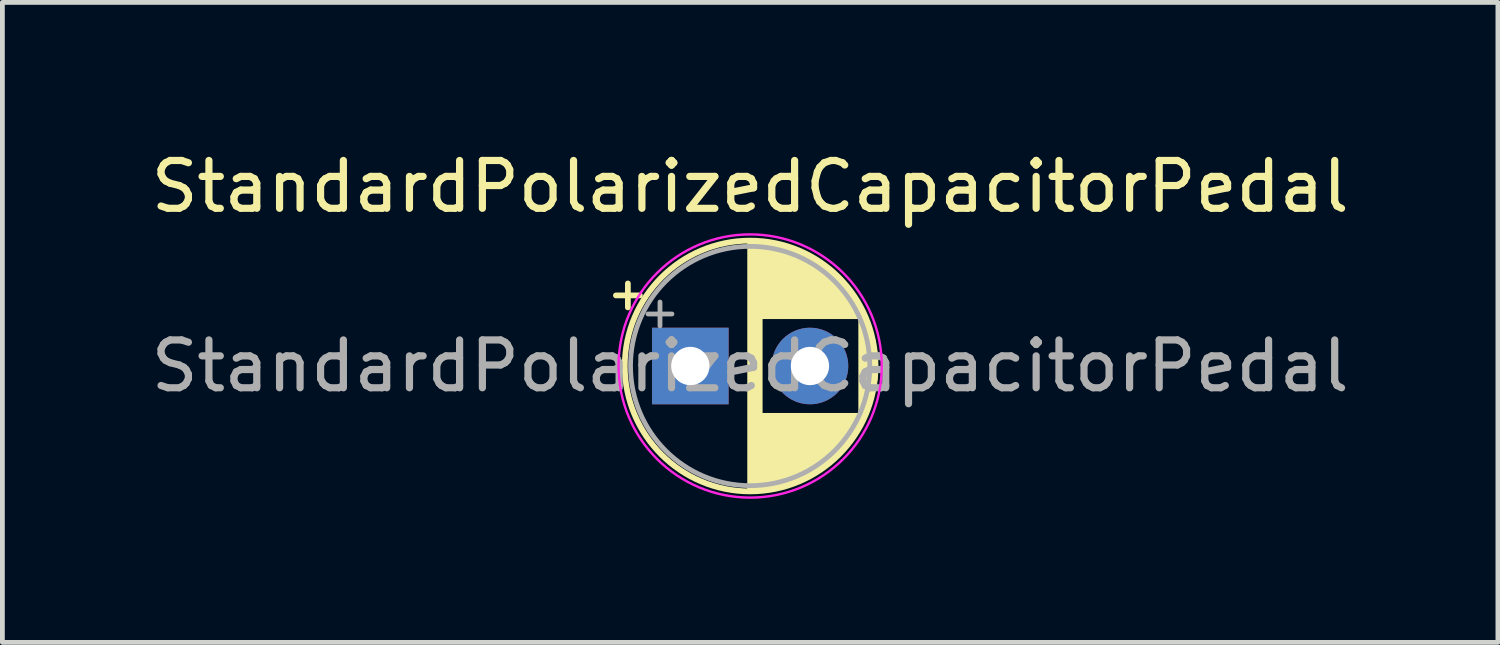
<source format=kicad_pcb>
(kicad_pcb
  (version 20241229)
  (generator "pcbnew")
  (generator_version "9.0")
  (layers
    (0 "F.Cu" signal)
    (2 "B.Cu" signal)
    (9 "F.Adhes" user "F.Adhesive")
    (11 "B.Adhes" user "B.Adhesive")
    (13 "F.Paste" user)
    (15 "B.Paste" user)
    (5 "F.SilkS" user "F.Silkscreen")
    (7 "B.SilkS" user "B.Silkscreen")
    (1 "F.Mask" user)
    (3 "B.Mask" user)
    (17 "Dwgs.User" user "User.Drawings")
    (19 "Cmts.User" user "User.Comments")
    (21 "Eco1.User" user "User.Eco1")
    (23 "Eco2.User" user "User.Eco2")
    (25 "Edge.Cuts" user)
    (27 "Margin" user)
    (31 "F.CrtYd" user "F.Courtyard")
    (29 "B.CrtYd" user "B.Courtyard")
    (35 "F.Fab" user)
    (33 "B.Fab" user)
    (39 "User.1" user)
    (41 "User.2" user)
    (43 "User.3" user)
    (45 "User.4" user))
  (footprint "StandardPolarizedCapacitorPedal"
    (layer "F.Cu")
    (at 11.375 4.598)
    (property "Reference" "StandardPolarizedCapacitorPedal" (at 1.25 -3.75 180) (layer "F.SilkS") (effects (font (size 1 1) (thickness 0.15))))
    (attr through_hole)
    (fp_line (start -1.555 -1.475) (end -1.055 -1.475) (stroke (width 0.12) (type solid)) (layer "F.SilkS"))
    (fp_line (start -1.305 -1.725) (end -1.305 -1.225) (stroke (width 0.12) (type solid)) (layer "F.SilkS"))
    (fp_line (start 1.25 -2.58) (end 1.25 2.58) (stroke (width 0.12) (type solid)) (layer "F.SilkS"))
    (fp_line (start 1.29 -2.58) (end 1.29 2.58) (stroke (width 0.12) (type solid)) (layer "F.SilkS"))
    (fp_line (start 1.33 -2.579) (end 1.33 2.579) (stroke (width 0.12) (type solid)) (layer "F.SilkS"))
    (fp_line (start 1.37 -2.578) (end 1.37 2.578) (stroke (width 0.12) (type solid)) (layer "F.SilkS"))
    (fp_line (start 1.41 -2.576) (end 1.41 2.576) (stroke (width 0.12) (type solid)) (layer "F.SilkS"))
    (fp_line (start 1.45 -2.573) (end 1.45 2.573) (stroke (width 0.12) (type solid)) (layer "F.SilkS"))
    (fp_line (start 1.49 -2.569) (end 1.49 -1.04) (stroke (width 0.12) (type solid)) (layer "F.SilkS"))
    (fp_line (start 1.49 1.04) (end 1.49 2.569) (stroke (width 0.12) (type solid)) (layer "F.SilkS"))
    (fp_line (start 1.53 -2.565) (end 1.53 -1.04) (stroke (width 0.12) (type solid)) (layer "F.SilkS"))
    (fp_line (start 1.53 1.04) (end 1.53 2.565) (stroke (width 0.12) (type solid)) (layer "F.SilkS"))
    (fp_line (start 1.57 -2.561) (end 1.57 -1.04) (stroke (width 0.12) (type solid)) (layer "F.SilkS"))
    (fp_line (start 1.57 1.04) (end 1.57 2.561) (stroke (width 0.12) (type solid)) (layer "F.SilkS"))
    (fp_line (start 1.61 -2.556) (end 1.61 -1.04) (stroke (width 0.12) (type solid)) (layer "F.SilkS"))
    (fp_line (start 1.61 1.04) (end 1.61 2.556) (stroke (width 0.12) (type solid)) (layer "F.SilkS"))
    (fp_line (start 1.65 -2.55) (end 1.65 -1.04) (stroke (width 0.12) (type solid)) (layer "F.SilkS"))
    (fp_line (start 1.65 1.04) (end 1.65 2.55) (stroke (width 0.12) (type solid)) (layer "F.SilkS"))
    (fp_line (start 1.69 -2.543) (end 1.69 -1.04) (stroke (width 0.12) (type solid)) (layer "F.SilkS"))
    (fp_line (start 1.69 1.04) (end 1.69 2.543) (stroke (width 0.12) (type solid)) (layer "F.SilkS"))
    (fp_line (start 1.73 -2.536) (end 1.73 -1.04) (stroke (width 0.12) (type solid)) (layer "F.SilkS"))
    (fp_line (start 1.73 1.04) (end 1.73 2.536) (stroke (width 0.12) (type solid)) (layer "F.SilkS"))
    (fp_line (start 1.77 -2.528) (end 1.77 -1.04) (stroke (width 0.12) (type solid)) (layer "F.SilkS"))
    (fp_line (start 1.77 1.04) (end 1.77 2.528) (stroke (width 0.12) (type solid)) (layer "F.SilkS"))
    (fp_line (start 1.81 -2.52) (end 1.81 -1.04) (stroke (width 0.12) (type solid)) (layer "F.SilkS"))
    (fp_line (start 1.81 1.04) (end 1.81 2.52) (stroke (width 0.12) (type solid)) (layer "F.SilkS"))
    (fp_line (start 1.85 -2.511) (end 1.85 -1.04) (stroke (width 0.12) (type solid)) (layer "F.SilkS"))
    (fp_line (start 1.85 1.04) (end 1.85 2.511) (stroke (width 0.12) (type solid)) (layer "F.SilkS"))
    (fp_line (start 1.89 -2.501) (end 1.89 -1.04) (stroke (width 0.12) (type solid)) (layer "F.SilkS"))
    (fp_line (start 1.89 1.04) (end 1.89 2.501) (stroke (width 0.12) (type solid)) (layer "F.SilkS"))
    (fp_line (start 1.93 -2.491) (end 1.93 -1.04) (stroke (width 0.12) (type solid)) (layer "F.SilkS"))
    (fp_line (start 1.93 1.04) (end 1.93 2.491) (stroke (width 0.12) (type solid)) (layer "F.SilkS"))
    (fp_line (start 1.971 -2.48) (end 1.971 -1.04) (stroke (width 0.12) (type solid)) (layer "F.SilkS"))
    (fp_line (start 1.971 1.04) (end 1.971 2.48) (stroke (width 0.12) (type solid)) (layer "F.SilkS"))
    (fp_line (start 2.011 -2.468) (end 2.011 -1.04) (stroke (width 0.12) (type solid)) (layer "F.SilkS"))
    (fp_line (start 2.011 1.04) (end 2.011 2.468) (stroke (width 0.12) (type solid)) (layer "F.SilkS"))
    (fp_line (start 2.051 -2.455) (end 2.051 -1.04) (stroke (width 0.12) (type solid)) (layer "F.SilkS"))
    (fp_line (start 2.051 1.04) (end 2.051 2.455) (stroke (width 0.12) (type solid)) (layer "F.SilkS"))
    (fp_line (start 2.091 -2.442) (end 2.091 -1.04) (stroke (width 0.12) (type solid)) (layer "F.SilkS"))
    (fp_line (start 2.091 1.04) (end 2.091 2.442) (stroke (width 0.12) (type solid)) (layer "F.SilkS"))
    (fp_line (start 2.131 -2.428) (end 2.131 -1.04) (stroke (width 0.12) (type solid)) (layer "F.SilkS"))
    (fp_line (start 2.131 1.04) (end 2.131 2.428) (stroke (width 0.12) (type solid)) (layer "F.SilkS"))
    (fp_line (start 2.171 -2.414) (end 2.171 -1.04) (stroke (width 0.12) (type solid)) (layer "F.SilkS"))
    (fp_line (start 2.171 1.04) (end 2.171 2.414) (stroke (width 0.12) (type solid)) (layer "F.SilkS"))
    (fp_line (start 2.211 -2.398) (end 2.211 -1.04) (stroke (width 0.12) (type solid)) (layer "F.SilkS"))
    (fp_line (start 2.211 1.04) (end 2.211 2.398) (stroke (width 0.12) (type solid)) (layer "F.SilkS"))
    (fp_line (start 2.251 -2.382) (end 2.251 -1.04) (stroke (width 0.12) (type solid)) (layer "F.SilkS"))
    (fp_line (start 2.251 1.04) (end 2.251 2.382) (stroke (width 0.12) (type solid)) (layer "F.SilkS"))
    (fp_line (start 2.291 -2.365) (end 2.291 -1.04) (stroke (width 0.12) (type solid)) (layer "F.SilkS"))
    (fp_line (start 2.291 1.04) (end 2.291 2.365) (stroke (width 0.12) (type solid)) (layer "F.SilkS"))
    (fp_line (start 2.331 -2.348) (end 2.331 -1.04) (stroke (width 0.12) (type solid)) (layer "F.SilkS"))
    (fp_line (start 2.331 1.04) (end 2.331 2.348) (stroke (width 0.12) (type solid)) (layer "F.SilkS"))
    (fp_line (start 2.371 -2.329) (end 2.371 -1.04) (stroke (width 0.12) (type solid)) (layer "F.SilkS"))
    (fp_line (start 2.371 1.04) (end 2.371 2.329) (stroke (width 0.12) (type solid)) (layer "F.SilkS"))
    (fp_line (start 2.411 -2.31) (end 2.411 -1.04) (stroke (width 0.12) (type solid)) (layer "F.SilkS"))
    (fp_line (start 2.411 1.04) (end 2.411 2.31) (stroke (width 0.12) (type solid)) (layer "F.SilkS"))
    (fp_line (start 2.451 -2.29) (end 2.451 -1.04) (stroke (width 0.12) (type solid)) (layer "F.SilkS"))
    (fp_line (start 2.451 1.04) (end 2.451 2.29) (stroke (width 0.12) (type solid)) (layer "F.SilkS"))
    (fp_line (start 2.491 -2.268) (end 2.491 -1.04) (stroke (width 0.12) (type solid)) (layer "F.SilkS"))
    (fp_line (start 2.491 1.04) (end 2.491 2.268) (stroke (width 0.12) (type solid)) (layer "F.SilkS"))
    (fp_line (start 2.531 -2.247) (end 2.531 -1.04) (stroke (width 0.12) (type solid)) (layer "F.SilkS"))
    (fp_line (start 2.531 1.04) (end 2.531 2.247) (stroke (width 0.12) (type solid)) (layer "F.SilkS"))
    (fp_line (start 2.571 -2.224) (end 2.571 -1.04) (stroke (width 0.12) (type solid)) (layer "F.SilkS"))
    (fp_line (start 2.571 1.04) (end 2.571 2.224) (stroke (width 0.12) (type solid)) (layer "F.SilkS"))
    (fp_line (start 2.611 -2.2) (end 2.611 -1.04) (stroke (width 0.12) (type solid)) (layer "F.SilkS"))
    (fp_line (start 2.611 1.04) (end 2.611 2.2) (stroke (width 0.12) (type solid)) (layer "F.SilkS"))
    (fp_line (start 2.651 -2.175) (end 2.651 -1.04) (stroke (width 0.12) (type solid)) (layer "F.SilkS"))
    (fp_line (start 2.651 1.04) (end 2.651 2.175) (stroke (width 0.12) (type solid)) (layer "F.SilkS"))
    (fp_line (start 2.691 -2.149) (end 2.691 -1.04) (stroke (width 0.12) (type solid)) (layer "F.SilkS"))
    (fp_line (start 2.691 1.04) (end 2.691 2.149) (stroke (width 0.12) (type solid)) (layer "F.SilkS"))
    (fp_line (start 2.731 -2.122) (end 2.731 -1.04) (stroke (width 0.12) (type solid)) (layer "F.SilkS"))
    (fp_line (start 2.731 1.04) (end 2.731 2.122) (stroke (width 0.12) (type solid)) (layer "F.SilkS"))
    (fp_line (start 2.771 -2.095) (end 2.771 -1.04) (stroke (width 0.12) (type solid)) (layer "F.SilkS"))
    (fp_line (start 2.771 1.04) (end 2.771 2.095) (stroke (width 0.12) (type solid)) (layer "F.SilkS"))
    (fp_line (start 2.811 -2.065) (end 2.811 -1.04) (stroke (width 0.12) (type solid)) (layer "F.SilkS"))
    (fp_line (start 2.811 1.04) (end 2.811 2.065) (stroke (width 0.12) (type solid)) (layer "F.SilkS"))
    (fp_line (start 2.851 -2.035) (end 2.851 -1.04) (stroke (width 0.12) (type solid)) (layer "F.SilkS"))
    (fp_line (start 2.851 1.04) (end 2.851 2.035) (stroke (width 0.12) (type solid)) (layer "F.SilkS"))
    (fp_line (start 2.891 -2.004) (end 2.891 -1.04) (stroke (width 0.12) (type solid)) (layer "F.SilkS"))
    (fp_line (start 2.891 1.04) (end 2.891 2.004) (stroke (width 0.12) (type solid)) (layer "F.SilkS"))
    (fp_line (start 2.931 -1.971) (end 2.931 -1.04) (stroke (width 0.12) (type solid)) (layer "F.SilkS"))
    (fp_line (start 2.931 1.04) (end 2.931 1.971) (stroke (width 0.12) (type solid)) (layer "F.SilkS"))
    (fp_line (start 2.971 -1.937) (end 2.971 -1.04) (stroke (width 0.12) (type solid)) (layer "F.SilkS"))
    (fp_line (start 2.971 1.04) (end 2.971 1.937) (stroke (width 0.12) (type solid)) (layer "F.SilkS"))
    (fp_line (start 3.011 -1.901) (end 3.011 -1.04) (stroke (width 0.12) (type solid)) (layer "F.SilkS"))
    (fp_line (start 3.011 1.04) (end 3.011 1.901) (stroke (width 0.12) (type solid)) (layer "F.SilkS"))
    (fp_line (start 3.051 -1.864) (end 3.051 -1.04) (stroke (width 0.12) (type solid)) (layer "F.SilkS"))
    (fp_line (start 3.051 1.04) (end 3.051 1.864) (stroke (width 0.12) (type solid)) (layer "F.SilkS"))
    (fp_line (start 3.091 -1.826) (end 3.091 -1.04) (stroke (width 0.12) (type solid)) (layer "F.SilkS"))
    (fp_line (start 3.091 1.04) (end 3.091 1.826) (stroke (width 0.12) (type solid)) (layer "F.SilkS"))
    (fp_line (start 3.131 -1.785) (end 3.131 -1.04) (stroke (width 0.12) (type solid)) (layer "F.SilkS"))
    (fp_line (start 3.131 1.04) (end 3.131 1.785) (stroke (width 0.12) (type solid)) (layer "F.SilkS"))
    (fp_line (start 3.171 -1.743) (end 3.171 -1.04) (stroke (width 0.12) (type solid)) (layer "F.SilkS"))
    (fp_line (start 3.171 1.04) (end 3.171 1.743) (stroke (width 0.12) (type solid)) (layer "F.SilkS"))
    (fp_line (start 3.211 -1.699) (end 3.211 -1.04) (stroke (width 0.12) (type solid)) (layer "F.SilkS"))
    (fp_line (start 3.211 1.04) (end 3.211 1.699) (stroke (width 0.12) (type solid)) (layer "F.SilkS"))
    (fp_line (start 3.251 -1.653) (end 3.251 -1.04) (stroke (width 0.12) (type solid)) (layer "F.SilkS"))
    (fp_line (start 3.251 1.04) (end 3.251 1.653) (stroke (width 0.12) (type solid)) (layer "F.SilkS"))
    (fp_line (start 3.291 -1.605) (end 3.291 -1.04) (stroke (width 0.12) (type solid)) (layer "F.SilkS"))
    (fp_line (start 3.291 1.04) (end 3.291 1.605) (stroke (width 0.12) (type solid)) (layer "F.SilkS"))
    (fp_line (start 3.331 -1.554) (end 3.331 -1.04) (stroke (width 0.12) (type solid)) (layer "F.SilkS"))
    (fp_line (start 3.331 1.04) (end 3.331 1.554) (stroke (width 0.12) (type solid)) (layer "F.SilkS"))
    (fp_line (start 3.371 -1.5) (end 3.371 -1.04) (stroke (width 0.12) (type solid)) (layer "F.SilkS"))
    (fp_line (start 3.371 1.04) (end 3.371 1.5) (stroke (width 0.12) (type solid)) (layer "F.SilkS"))
    (fp_line (start 3.411 -1.443) (end 3.411 -1.04) (stroke (width 0.12) (type solid)) (layer "F.SilkS"))
    (fp_line (start 3.411 1.04) (end 3.411 1.443) (stroke (width 0.12) (type solid)) (layer "F.SilkS"))
    (fp_line (start 3.451 -1.383) (end 3.451 -1.04) (stroke (width 0.12) (type solid)) (layer "F.SilkS"))
    (fp_line (start 3.451 1.04) (end 3.451 1.383) (stroke (width 0.12) (type solid)) (layer "F.SilkS"))
    (fp_line (start 3.491 -1.319) (end 3.491 -1.04) (stroke (width 0.12) (type solid)) (layer "F.SilkS"))
    (fp_line (start 3.491 1.04) (end 3.491 1.319) (stroke (width 0.12) (type solid)) (layer "F.SilkS"))
    (fp_line (start 3.531 -1.251) (end 3.531 -1.04) (stroke (width 0.12) (type solid)) (layer "F.SilkS"))
    (fp_line (start 3.531 1.04) (end 3.531 1.251) (stroke (width 0.12) (type solid)) (layer "F.SilkS"))
    (fp_line (start 3.571 -1.178) (end 3.571 1.178) (stroke (width 0.12) (type solid)) (layer "F.SilkS"))
    (fp_line (start 3.611 -1.098) (end 3.611 1.098) (stroke (width 0.12) (type solid)) (layer "F.SilkS"))
    (fp_line (start 3.651 -1.011) (end 3.651 1.011) (stroke (width 0.12) (type solid)) (layer "F.SilkS"))
    (fp_line (start 3.691 -0.915) (end 3.691 0.915) (stroke (width 0.12) (type solid)) (layer "F.SilkS"))
    (fp_line (start 3.731 -0.805) (end 3.731 0.805) (stroke (width 0.12) (type solid)) (layer "F.SilkS"))
    (fp_line (start 3.771 -0.677) (end 3.771 0.677) (stroke (width 0.12) (type solid)) (layer "F.SilkS"))
    (fp_line (start 3.811 -0.518) (end 3.811 0.518) (stroke (width 0.12) (type solid)) (layer "F.SilkS"))
    (fp_line (start 3.851 -0.284) (end 3.851 0.284) (stroke (width 0.12) (type solid)) (layer "F.SilkS"))
    (fp_circle (center 1.25 0) (end 3.87 0) (stroke (width 0.12) (type solid)) (fill no) (layer "F.SilkS"))
    (fp_circle (center 1.25 0) (end 4 0) (stroke (width 0.05) (type solid)) (fill no) (layer "F.CrtYd"))
    (fp_line (start -0.884 -1.087) (end -0.384 -1.087) (stroke (width 0.1) (type solid)) (layer "F.Fab"))
    (fp_line (start -0.634 -1.337) (end -0.634 -0.838) (stroke (width 0.1) (type solid)) (layer "F.Fab"))
    (fp_circle (center 1.25 0) (end 3.75 0) (stroke (width 0.1) (type solid)) (fill no) (layer "F.Fab"))
    (fp_text user "${REFERENCE}" (at 1.25 0 180) (layer "F.Fab") (effects (font (size 1 1) (thickness 0.15))))
    (pad "1" thru_hole rect (at 0 0) (size 1.6 1.6) (drill 0.8) (layers "*.Cu" "*.Mask"))
    (pad "2" thru_hole circle (at 2.5 0) (size 1.6 1.6) (drill 0.8) (layers "*.Cu" "*.Mask")))
  (gr_rect
    (start -3 -3)
    (end 28.25 10.373)
    (stroke (width 0.1) (type default))
    (fill no)
    (layer "Edge.Cuts")))
</source>
